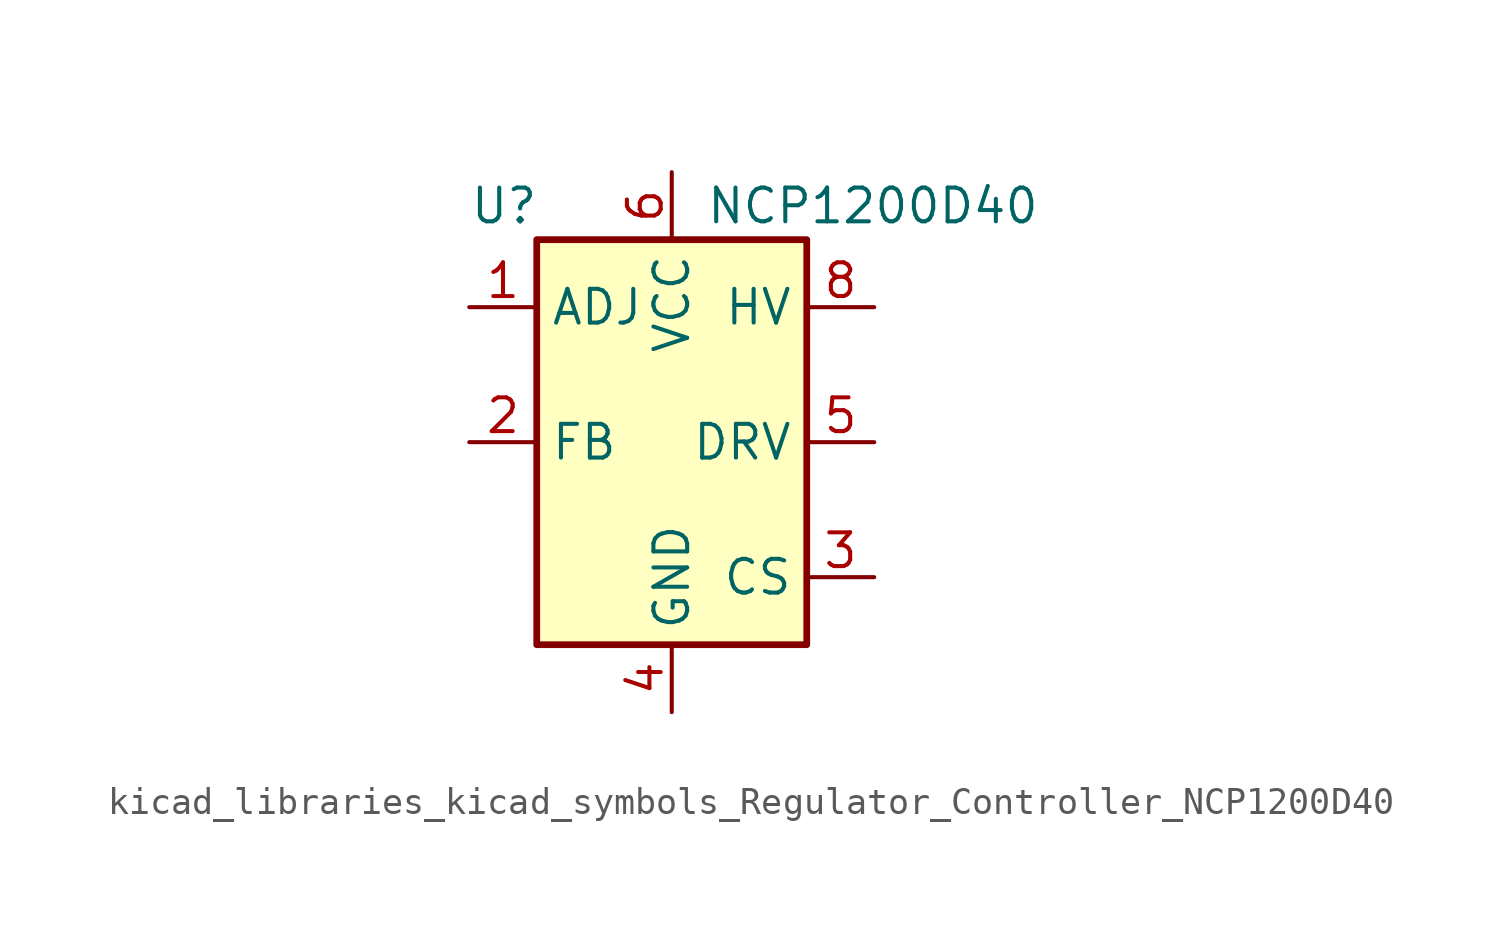
<source format=kicad_sym>
(kicad_symbol_lib
  (version 20220914)
  (generator kicad_symbol_editor)
  (symbol "kicad_libraries_kicad_symbols_Regulator_Controller_NCP1200D40"
    (property "Reference" "U"
      (at -7.62 8.89 0)
      (effects (font (size 1.27 1.27)) (justify left)))
    (property "Value" "NCP1200D40"
      (at 1.27 8.89 0)
      (effects (font (size 1.27 1.27)) (justify left)))
    (symbol "kicad_libraries_kicad_symbols_Regulator_Controller_NCP1200D40_0_0"
      (rectangle (start -5.08 7.62) (end 5.08 -7.62) (stroke (width 0.254) (type default)) (fill (type background))))
    (symbol "kicad_libraries_kicad_symbols_Regulator_Controller_NCP1200D40_1_1"
      (pin input line (at -7.62 5.08 0) (length 2.54) (name "ADJ" (effects (font (size 1.27 1.27)))) (number "1" (effects (font (size 1.27 1.27)))))
      (pin input line (at -7.62 0 0) (length 2.54) (name "FB" (effects (font (size 1.27 1.27)))) (number "2" (effects (font (size 1.27 1.27)))))
      (pin input line (at 7.62 -5.08 180) (length 2.54) (name "CS" (effects (font (size 1.27 1.27)))) (number "3" (effects (font (size 1.27 1.27)))))
      (pin power_in line (at 0 -10.16 90) (length 2.54) (name "GND" (effects (font (size 1.27 1.27)))) (number "4" (effects (font (size 1.27 1.27)))))
      (pin output line (at 7.62 0 180) (length 2.54) (name "DRV" (effects (font (size 1.27 1.27)))) (number "5" (effects (font (size 1.27 1.27)))))
      (pin power_in line (at 0 10.16 270) (length 2.54) (name "VCC" (effects (font (size 1.27 1.27)))) (number "6" (effects (font (size 1.27 1.27)))))
      (pin no_connect line (at -5.08 2.54 0) (length 2.54) hide (name "NC" (effects (font (size 1.27 1.27)))) (number "7" (effects (font (size 1.27 1.27)))))
      (pin input line (at 7.62 5.08 180) (length 2.54) (name "HV" (effects (font (size 1.27 1.27)))) (number "8" (effects (font (size 1.27 1.27))))))))
</source>
